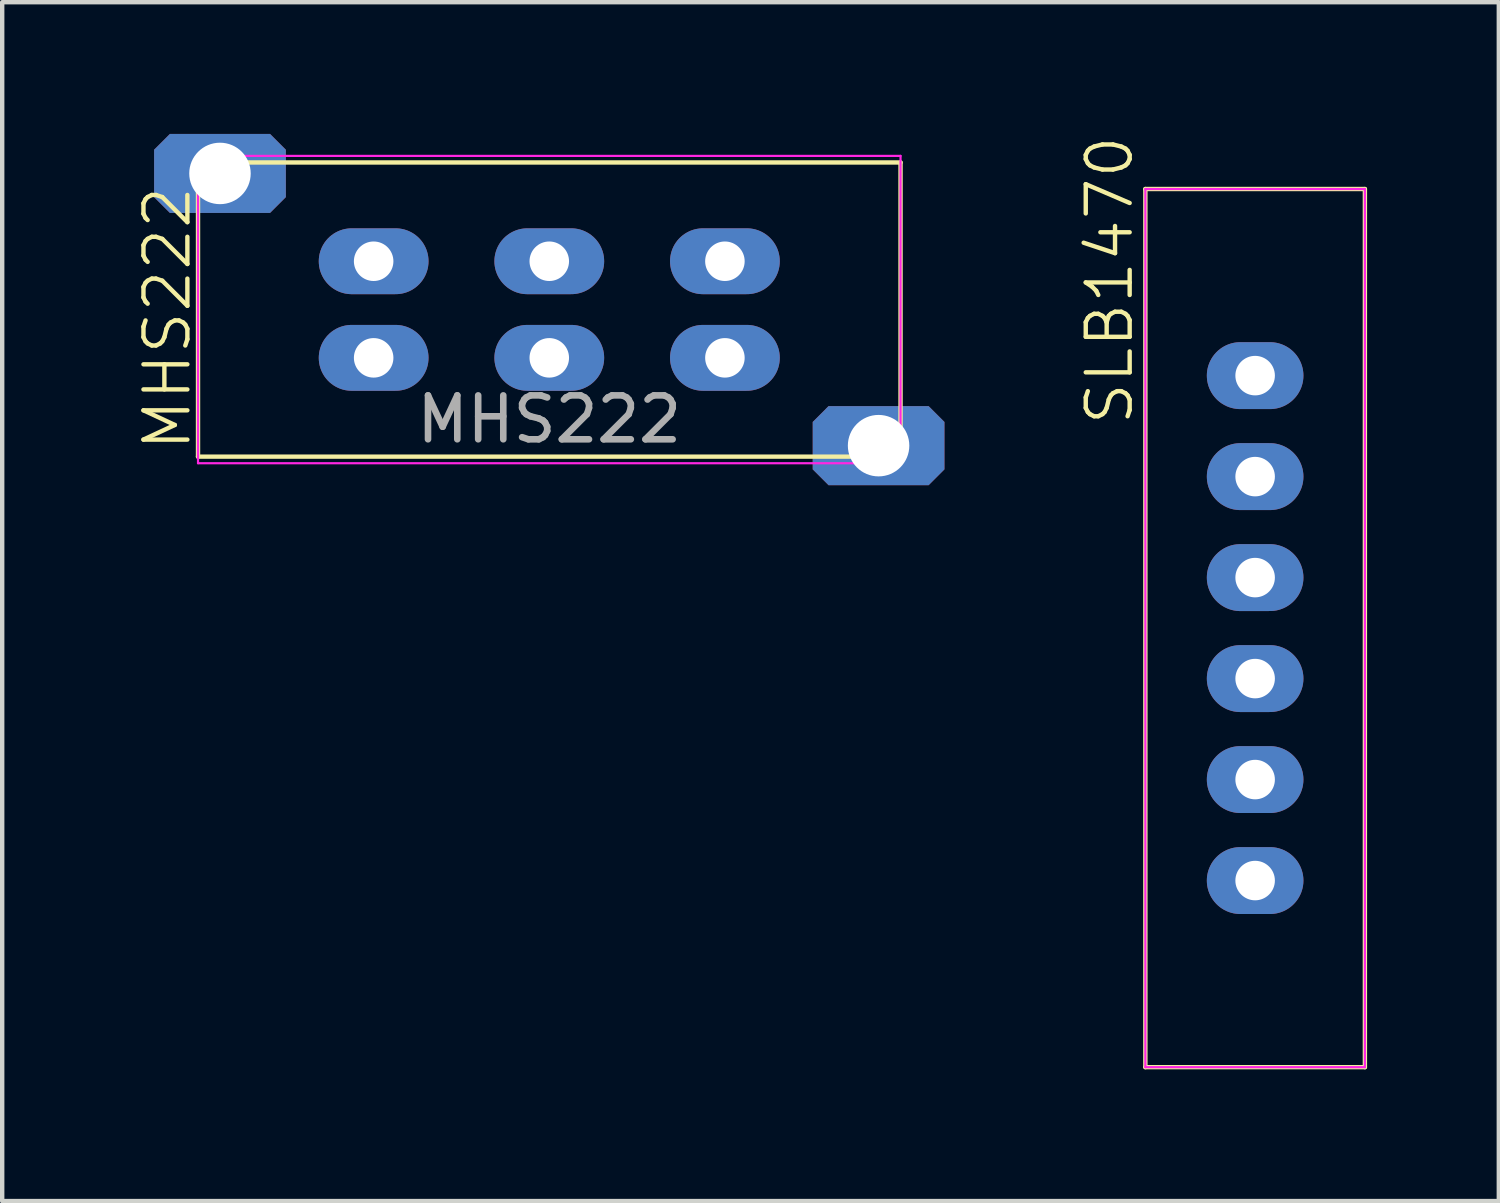
<source format=kicad_pcb>
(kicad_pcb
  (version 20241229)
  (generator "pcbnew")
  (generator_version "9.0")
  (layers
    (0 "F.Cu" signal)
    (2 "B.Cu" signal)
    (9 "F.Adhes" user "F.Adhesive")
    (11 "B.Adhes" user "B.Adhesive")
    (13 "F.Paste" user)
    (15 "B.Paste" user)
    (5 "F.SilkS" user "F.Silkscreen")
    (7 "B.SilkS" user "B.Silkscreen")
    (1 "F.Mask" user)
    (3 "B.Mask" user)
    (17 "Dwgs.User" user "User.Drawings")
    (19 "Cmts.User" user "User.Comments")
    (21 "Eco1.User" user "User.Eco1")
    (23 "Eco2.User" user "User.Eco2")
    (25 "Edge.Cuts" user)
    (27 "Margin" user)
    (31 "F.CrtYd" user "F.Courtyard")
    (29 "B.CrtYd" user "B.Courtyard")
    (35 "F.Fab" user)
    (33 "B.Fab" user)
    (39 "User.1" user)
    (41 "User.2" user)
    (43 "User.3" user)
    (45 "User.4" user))
  (footprint "SLB1470"
    (layer "F.Cu")
    (at 25.536 11.255)
    (property "Reference" "SLB1470" (at -3.315 -7.92 90) (unlocked yes) (layer "F.SilkS") (effects (font (size 1 1) (thickness 0.1))))
    (attr through_hole)
    (fp_line (start -2.5 -10) (end 2.5 -10) (stroke (width 0.1) (type default)) (layer "F.SilkS"))
    (fp_line (start -2.5 10) (end -2.5 -10) (stroke (width 0.1) (type default)) (layer "F.SilkS"))
    (fp_line (start 2.5 -10) (end 2.5 10) (stroke (width 0.1) (type default)) (layer "F.SilkS"))
    (fp_line (start 2.5 10) (end -2.5 10) (stroke (width 0.1) (type default)) (layer "F.SilkS"))
    (fp_line (start -2.5 -10) (end 2.5 -10) (stroke (width 0.05) (type default)) (layer "F.CrtYd"))
    (fp_line (start -2.5 10) (end -2.5 -10) (stroke (width 0.05) (type default)) (layer "F.CrtYd"))
    (fp_line (start 2.5 -10) (end 2.5 10) (stroke (width 0.05) (type default)) (layer "F.CrtYd"))
    (fp_line (start 2.5 10) (end -2.5 10) (stroke (width 0.05) (type default)) (layer "F.CrtYd"))
    (pad "1" thru_hole oval (at 0 -3.45) (size 2.2 1.524) (drill 0.9) (layers "*.Cu" "*.Mask"))
    (pad "2" thru_hole oval (at 0 -1.15) (size 2.2 1.524) (drill 0.9) (layers "*.Cu" "*.Mask"))
    (pad "3" thru_hole oval (at 0 1.15) (size 2.2 1.524) (drill 0.9) (layers "*.Cu" "*.Mask"))
    (pad "4" thru_hole oval (at 0 3.45) (size 2.2 1.524) (drill 0.9) (layers "*.Cu" "*.Mask"))
    (pad "C" thru_hole oval (at 0 -5.75) (size 2.2 1.524) (drill 0.9) (layers "*.Cu" "*.Mask"))
    (pad "C" thru_hole oval (at 0 5.75) (size 2.2 1.524) (drill 0.9) (layers "*.Cu" "*.Mask")))
  (footprint "MHS222"
    (layer "F.Cu")
    (at 9.46 4)
    (property "Reference" "MHS222" (at -8.7 0.2 90) (unlocked yes) (layer "F.SilkS") (effects (font (size 1 1) (thickness 0.1))))
    (attr through_hole)
    (fp_line (start -8 -3.35) (end 8 -3.35) (stroke (width 0.1) (type default)) (layer "F.SilkS"))
    (fp_line (start -8 3.35) (end -8 -3.35) (stroke (width 0.1) (type default)) (layer "F.SilkS"))
    (fp_line (start 8 -3.35) (end 8 3.35) (stroke (width 0.1) (type default)) (layer "F.SilkS"))
    (fp_line (start 8 3.35) (end -8 3.35) (stroke (width 0.1) (type default)) (layer "F.SilkS"))
    (fp_line (start -8 -3.5) (end 8 -3.5) (stroke (width 0.05) (type default)) (layer "F.CrtYd"))
    (fp_line (start -8 3.5) (end -8 -3.5) (stroke (width 0.05) (type default)) (layer "F.CrtYd"))
    (fp_line (start 8 -3.5) (end 8 3.5) (stroke (width 0.05) (type default)) (layer "F.CrtYd"))
    (fp_line (start 8 3.5) (end -8 3.5) (stroke (width 0.05) (type default)) (layer "F.CrtYd"))
    (fp_text user "${REFERENCE}" (at 0 2.5 0) (unlocked yes) (layer "F.Fab") (effects (font (size 1 1) (thickness 0.15))))
    (pad "1" thru_hole oval (at -4 -1.1) (size 2.5 1.5) (drill 0.9) (layers "*.Cu" "*.Mask"))
    (pad "2" thru_hole oval (at 0 -1.1) (size 2.5 1.5) (drill 0.9) (layers "*.Cu" "*.Mask"))
    (pad "3" thru_hole oval (at 4 -1.1) (size 2.5 1.5) (drill 0.9) (layers "*.Cu" "*.Mask"))
    (pad "4" thru_hole oval (at -4 1.1) (size 2.5 1.5) (drill 0.9) (layers "*.Cu" "*.Mask"))
    (pad "5" thru_hole oval (at 0 1.1) (size 2.5 1.5) (drill 0.9) (layers "*.Cu" "*.Mask"))
    (pad "6" thru_hole oval (at 4 1.1) (size 2.5 1.5) (drill 0.9) (layers "*.Cu" "*.Mask"))
    (pad "S" thru_hole roundrect (at -7.5 -3.1) (size 3 1.8) (drill 1.4) (layers "*.Cu" "*.Mask") (roundrect_rratio 0) (chamfer_ratio 0.2) (chamfer top_left top_right bottom_left bottom_right))
    (pad "S" thru_hole roundrect (at 7.5 3.1) (size 3 1.8) (drill 1.4) (layers "*.Cu" "*.Mask") (roundrect_rratio 0) (chamfer_ratio 0.2) (chamfer top_left top_right bottom_left bottom_right)))
  (gr_rect
    (start -3 -3)
    (end 31.086 24.305)
    (stroke (width 0.1) (type default))
    (fill no)
    (layer "Edge.Cuts")))
</source>
